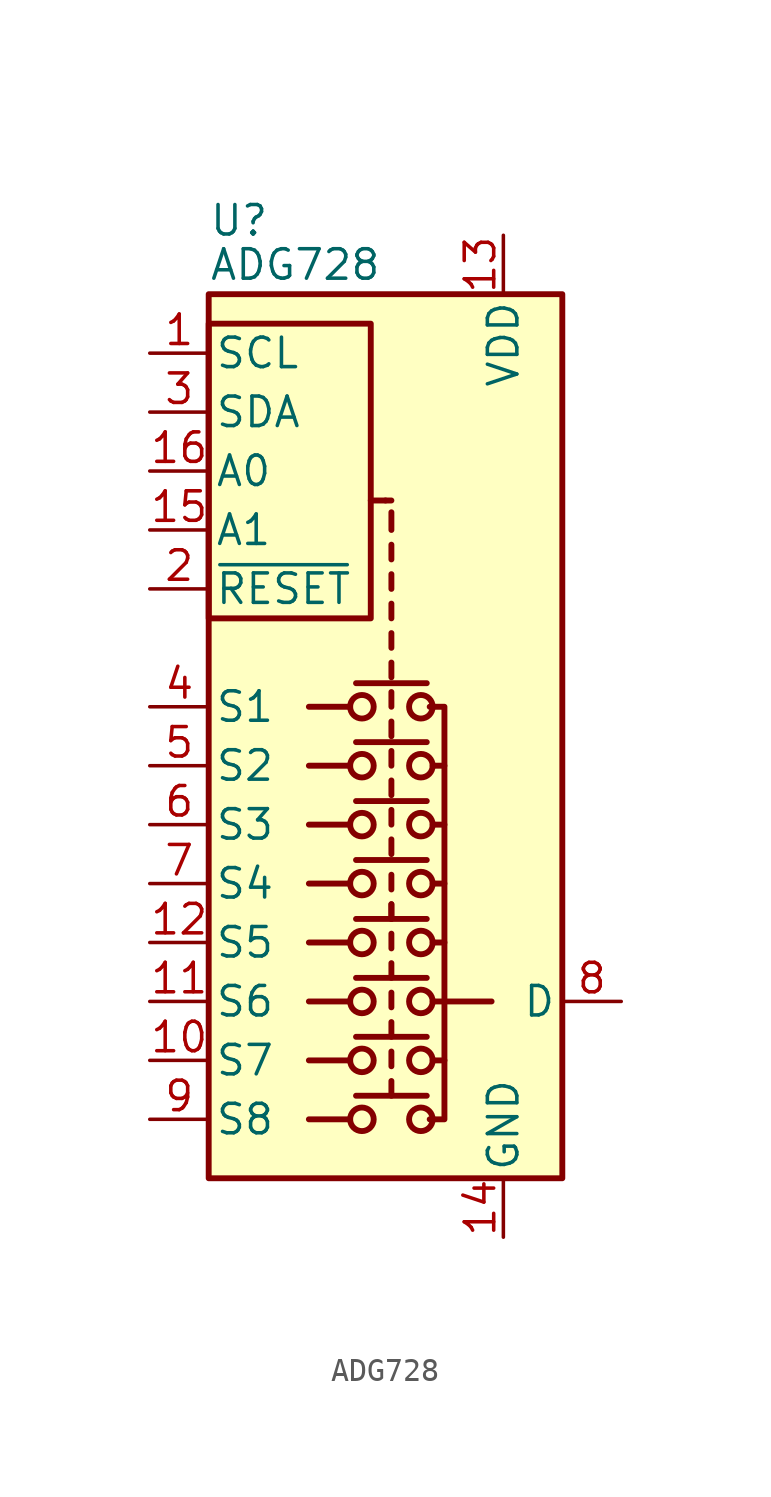
<source format=kicad_sym>
(kicad_symbol_lib
  (version 20241209)
  (generator "kicad_symbol_editor")
  (generator_version "9.0")
  (symbol "ADG728"
    (pin_names
      (offset 0.254))
    (property "Reference" "U"
      (at -7.62 23.495 0)
      (effects (font (size 1.27 1.27)) (justify left)))
    (property "Value" "ADG728"
      (at -7.62 21.59 0)
      (effects (font (size 1.27 1.27)) (justify left)))
    (symbol "ADG728_0_1"
      (rectangle (start -7.62 20.32) (end 7.62 -17.78) (stroke (width 0.254) (type default)) (fill (type background)))
      (rectangle (start -7.62 6.35) (end -0.635 19.05) (stroke (width 0.254) (type default)) (fill (type none)))
      (polyline (pts (xy -1.524 2.54) (xy -3.302 2.54)) (stroke (width 0.254) (type default)) (fill (type none)))
      (polyline (pts (xy -1.524 0) (xy -3.302 0)) (stroke (width 0.254) (type default)) (fill (type none)))
      (polyline (pts (xy -1.524 -2.54) (xy -3.302 -2.54)) (stroke (width 0.254) (type default)) (fill (type none)))
      (polyline (pts (xy -1.524 -5.08) (xy -3.302 -5.08)) (stroke (width 0.254) (type default)) (fill (type none)))
      (polyline (pts (xy -1.524 -7.62) (xy -3.302 -7.62)) (stroke (width 0.254) (type default)) (fill (type none)))
      (polyline (pts (xy -1.524 -10.16) (xy -3.302 -10.16)) (stroke (width 0.254) (type default)) (fill (type none)))
      (polyline (pts (xy -1.524 -12.7) (xy -3.302 -12.7)) (stroke (width 0.254) (type default)) (fill (type none)))
      (polyline (pts (xy -1.524 -15.24) (xy -3.302 -15.24)) (stroke (width 0.254) (type default)) (fill (type none)))
      (polyline (pts (xy -1.27 3.556) (xy 1.778 3.556)) (stroke (width 0.254) (type default)) (fill (type none)))
      (polyline (pts (xy -1.27 1.016) (xy 1.778 1.016)) (stroke (width 0.254) (type default)) (fill (type none)))
      (polyline (pts (xy -1.27 -1.524) (xy 1.778 -1.524)) (stroke (width 0.254) (type default)) (fill (type none)))
      (polyline (pts (xy -1.27 -4.064) (xy 1.778 -4.064)) (stroke (width 0.254) (type default)) (fill (type none)))
      (polyline (pts (xy -1.27 -6.604) (xy 1.778 -6.604)) (stroke (width 0.254) (type default)) (fill (type none)))
      (polyline (pts (xy -1.27 -9.144) (xy 1.778 -9.144)) (stroke (width 0.254) (type default)) (fill (type none)))
      (polyline (pts (xy -1.27 -11.684) (xy 1.778 -11.684)) (stroke (width 0.254) (type default)) (fill (type none)))
      (polyline (pts (xy -1.27 -14.224) (xy 1.778 -14.224)) (stroke (width 0.254) (type default)) (fill (type none)))
      (circle (center -1.016 2.54) (radius 0.508) (stroke (width 0.254) (type default)) (fill (type none)))
      (circle (center -1.016 0) (radius 0.508) (stroke (width 0.254) (type default)) (fill (type none)))
      (circle (center -1.016 -2.54) (radius 0.508) (stroke (width 0.254) (type default)) (fill (type none)))
      (circle (center -1.016 -5.08) (radius 0.508) (stroke (width 0.254) (type default)) (fill (type none)))
      (circle (center -1.016 -7.62) (radius 0.508) (stroke (width 0.254) (type default)) (fill (type none)))
      (circle (center -1.016 -10.16) (radius 0.508) (stroke (width 0.254) (type default)) (fill (type none)))
      (circle (center -1.016 -12.7) (radius 0.508) (stroke (width 0.254) (type default)) (fill (type none)))
      (circle (center -1.016 -15.24) (radius 0.508) (stroke (width 0.254) (type default)) (fill (type none)))
      (polyline (pts (xy -0.635 11.43) (xy 0 11.43)) (stroke (width 0.254) (type default)) (fill (type none)))
      (polyline (pts (xy 0.254 11.43) (xy 0 11.43)) (stroke (width 0.254) (type default)) (fill (type none)))
      (polyline (pts (xy 0.254 10.16) (xy 0.254 10.922)) (stroke (width 0.254) (type default)) (fill (type none)))
      (polyline (pts (xy 0.254 8.89) (xy 0.254 9.525)) (stroke (width 0.254) (type default)) (fill (type none)))
      (polyline (pts (xy 0.254 7.62) (xy 0.254 8.255)) (stroke (width 0.254) (type default)) (fill (type none)))
      (polyline (pts (xy 0.254 6.35) (xy 0.254 6.985)) (stroke (width 0.254) (type default)) (fill (type none)))
      (polyline (pts (xy 0.254 5.08) (xy 0.254 5.715)) (stroke (width 0.254) (type default)) (fill (type none)))
      (polyline (pts (xy 0.254 3.81) (xy 0.254 4.445)) (stroke (width 0.254) (type default)) (fill (type none)))
      (polyline (pts (xy 0.254 2.54) (xy 0.254 3.175)) (stroke (width 0.254) (type default)) (fill (type none)))
      (polyline (pts (xy 0.254 1.27) (xy 0.254 1.905)) (stroke (width 0.254) (type default)) (fill (type none)))
      (polyline (pts (xy 0.254 0) (xy 0.254 0.635)) (stroke (width 0.254) (type default)) (fill (type none)))
      (polyline (pts (xy 0.254 -1.27) (xy 0.254 -0.635)) (stroke (width 0.254) (type default)) (fill (type none)))
      (polyline (pts (xy 0.254 -2.54) (xy 0.254 -1.905)) (stroke (width 0.254) (type default)) (fill (type none)))
      (polyline (pts (xy 0.254 -3.81) (xy 0.254 -3.175)) (stroke (width 0.254) (type default)) (fill (type none)))
      (polyline (pts (xy 0.254 -5.334) (xy 0.254 -4.699)) (stroke (width 0.254) (type default)) (fill (type none)))
      (polyline (pts (xy 0.254 -6.604) (xy 0.254 -5.969)) (stroke (width 0.254) (type default)) (fill (type none)))
      (polyline (pts (xy 0.254 -6.604) (xy 0.254 -5.969)) (stroke (width 0.254) (type default)) (fill (type none)))
      (polyline (pts (xy 0.254 -7.874) (xy 0.254 -7.239)) (stroke (width 0.254) (type default)) (fill (type none)))
      (polyline (pts (xy 0.254 -9.144) (xy 0.254 -8.509)) (stroke (width 0.254) (type default)) (fill (type none)))
      (polyline (pts (xy 0.254 -10.414) (xy 0.254 -9.779)) (stroke (width 0.254) (type default)) (fill (type none)))
      (polyline (pts (xy 0.254 -11.684) (xy 0.254 -11.049)) (stroke (width 0.254) (type default)) (fill (type none)))
      (polyline (pts (xy 0.254 -12.954) (xy 0.254 -12.319)) (stroke (width 0.254) (type default)) (fill (type none)))
      (polyline (pts (xy 0.254 -14.224) (xy 0.254 -13.589)) (stroke (width 0.254) (type default)) (fill (type none)))
      (circle (center 1.524 2.54) (radius 0.508) (stroke (width 0.254) (type default)) (fill (type none)))
      (circle (center 1.524 0) (radius 0.508) (stroke (width 0.254) (type default)) (fill (type none)))
      (circle (center 1.524 -2.54) (radius 0.508) (stroke (width 0.254) (type default)) (fill (type none)))
      (circle (center 1.524 -5.08) (radius 0.508) (stroke (width 0.254) (type default)) (fill (type none)))
      (circle (center 1.524 -7.62) (radius 0.508) (stroke (width 0.254) (type default)) (fill (type none)))
      (circle (center 1.524 -10.16) (radius 0.508) (stroke (width 0.254) (type default)) (fill (type none)))
      (circle (center 1.524 -12.7) (radius 0.508) (stroke (width 0.254) (type default)) (fill (type none)))
      (circle (center 1.524 -15.24) (radius 0.508) (stroke (width 0.254) (type default)) (fill (type none)))
      (polyline (pts (xy 1.905 2.54) (xy 2.54 2.54) (xy 2.54 -15.24) (xy 1.905 -15.24)) (stroke (width 0.254) (type default)) (fill (type none)))
      (polyline (pts (xy 2.032 0) (xy 2.54 0)) (stroke (width 0.254) (type default)) (fill (type none)))
      (polyline (pts (xy 2.032 -2.54) (xy 2.54 -2.54)) (stroke (width 0.254) (type default)) (fill (type none)))
      (polyline (pts (xy 2.032 -5.08) (xy 2.54 -5.08)) (stroke (width 0.254) (type default)) (fill (type none)))
      (polyline (pts (xy 2.032 -7.62) (xy 2.54 -7.62)) (stroke (width 0.254) (type default)) (fill (type none)))
      (polyline (pts (xy 2.032 -10.16) (xy 2.54 -10.16)) (stroke (width 0.254) (type default)) (fill (type none)))
      (polyline (pts (xy 2.032 -12.7) (xy 2.54 -12.7)) (stroke (width 0.254) (type default)) (fill (type none)))
      (polyline (pts (xy 4.572 -10.16) (xy 2.54 -10.16)) (stroke (width 0.254) (type default)) (fill (type none))))
    (symbol "ADG728_1_1"
      (pin input line (at -10.16 17.78 0) (length 2.54) (name "SCL" (effects (font (size 1.27 1.27)))) (number "1" (effects (font (size 1.27 1.27)))))
      (pin bidirectional line (at -10.16 15.24 0) (length 2.54) (name "SDA" (effects (font (size 1.27 1.27)))) (number "3" (effects (font (size 1.27 1.27)))))
      (pin input line (at -10.16 12.7 0) (length 2.54) (name "A0" (effects (font (size 1.27 1.27)))) (number "16" (effects (font (size 1.27 1.27)))))
      (pin input line (at -10.16 10.16 0) (length 2.54) (name "A1" (effects (font (size 1.27 1.27)))) (number "15" (effects (font (size 1.27 1.27)))))
      (pin input line (at -10.16 7.62 0) (length 2.54) (name "~{RESET}" (effects (font (size 1.27 1.27)))) (number "2" (effects (font (size 1.27 1.27)))))
      (pin bidirectional line (at -10.16 2.54 0) (length 2.54) (name "S1" (effects (font (size 1.27 1.27)))) (number "4" (effects (font (size 1.27 1.27)))))
      (pin bidirectional line (at -10.16 0 0) (length 2.54) (name "S2" (effects (font (size 1.27 1.27)))) (number "5" (effects (font (size 1.27 1.27)))))
      (pin bidirectional line (at -10.16 -2.54 0) (length 2.54) (name "S3" (effects (font (size 1.27 1.27)))) (number "6" (effects (font (size 1.27 1.27)))))
      (pin bidirectional line (at -10.16 -5.08 0) (length 2.54) (name "S4" (effects (font (size 1.27 1.27)))) (number "7" (effects (font (size 1.27 1.27)))))
      (pin bidirectional line (at -10.16 -7.62 0) (length 2.54) (name "S5" (effects (font (size 1.27 1.27)))) (number "12" (effects (font (size 1.27 1.27)))))
      (pin bidirectional line (at -10.16 -10.16 0) (length 2.54) (name "S6" (effects (font (size 1.27 1.27)))) (number "11" (effects (font (size 1.27 1.27)))))
      (pin bidirectional line (at -10.16 -12.7 0) (length 2.54) (name "S7" (effects (font (size 1.27 1.27)))) (number "10" (effects (font (size 1.27 1.27)))))
      (pin bidirectional line (at -10.16 -15.24 0) (length 2.54) (name "S8" (effects (font (size 1.27 1.27)))) (number "9" (effects (font (size 1.27 1.27)))))
      (pin power_in line (at 5.08 22.86 270) (length 2.54) (name "VDD" (effects (font (size 1.27 1.27)))) (number "13" (effects (font (size 1.27 1.27)))))
      (pin power_in line (at 5.08 -20.32 90) (length 2.54) (name "GND" (effects (font (size 1.27 1.27)))) (number "14" (effects (font (size 1.27 1.27)))))
      (pin bidirectional line (at 10.16 -10.16 180) (length 2.54) (name "D" (effects (font (size 1.27 1.27)))) (number "8" (effects (font (size 1.27 1.27))))))))
</source>
